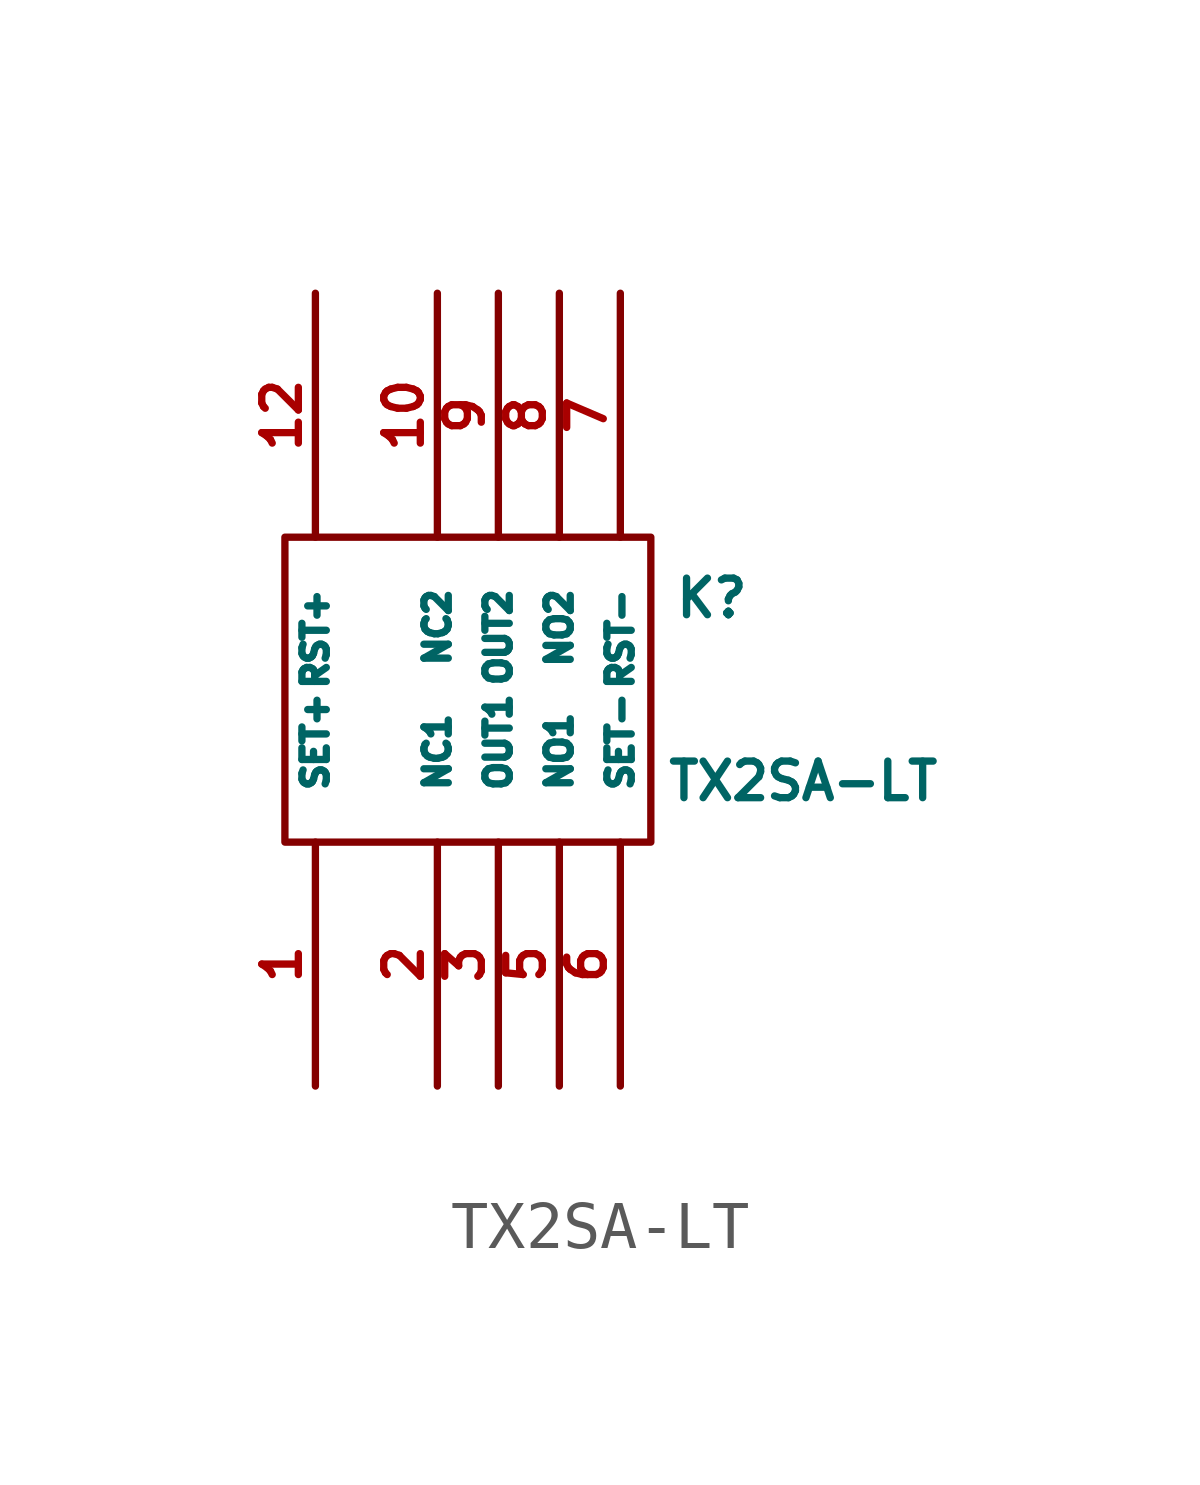
<source format=kicad_sym>
(kicad_symbol_lib
  (version 20220914)
  (generator kicad_symbol_editor)
  (symbol "TX2SA-LT"
    (pin_names
      (offset 1.016))
    (property "Reference" "K"
      (at 5.08 1.905 0)
      (effects (font (size 0.762 0.762))))
    (property "Value" "TX2SA-LT"
      (at 6.985 -1.905 0)
      (effects (font (size 0.762 0.762))))
    (symbol "TX2SA-LT_0_1"
      (rectangle (start -3.81 3.175) (end 3.81 -3.175) (stroke (width 0) (type solid)) (fill (type none))))
    (symbol "TX2SA-LT_1_1"
      (pin input line (at -3.175 -8.255 90) (length 5.08) (name "SET+" (effects (font (size 0.508 0.508)))) (number "1" (effects (font (size 0.762 0.762)))))
      (pin input line (at -0.635 8.255 270) (length 5.08) (name "NC2" (effects (font (size 0.508 0.508)))) (number "10" (effects (font (size 0.762 0.762)))))
      (pin input line (at -3.175 8.255 270) (length 5.08) (name "RST+" (effects (font (size 0.508 0.508)))) (number "12" (effects (font (size 0.762 0.762)))))
      (pin input line (at -0.635 -8.255 90) (length 5.08) (name "NC1" (effects (font (size 0.508 0.508)))) (number "2" (effects (font (size 0.762 0.762)))))
      (pin input line (at 0.635 -8.255 90) (length 5.08) (name "OUT1" (effects (font (size 0.508 0.508)))) (number "3" (effects (font (size 0.762 0.762)))))
      (pin input line (at 1.905 -8.255 90) (length 5.08) (name "NO1" (effects (font (size 0.508 0.508)))) (number "5" (effects (font (size 0.762 0.762)))))
      (pin input line (at 3.175 -8.255 90) (length 5.08) (name "SET-" (effects (font (size 0.508 0.508)))) (number "6" (effects (font (size 0.762 0.762)))))
      (pin input line (at 3.175 8.255 270) (length 5.08) (name "RST-" (effects (font (size 0.508 0.508)))) (number "7" (effects (font (size 0.762 0.762)))))
      (pin input line (at 1.905 8.255 270) (length 5.08) (name "NO2" (effects (font (size 0.508 0.508)))) (number "8" (effects (font (size 0.762 0.762)))))
      (pin input line (at 0.635 8.255 270) (length 5.08) (name "OUT2" (effects (font (size 0.508 0.508)))) (number "9" (effects (font (size 0.762 0.762))))))))
</source>
